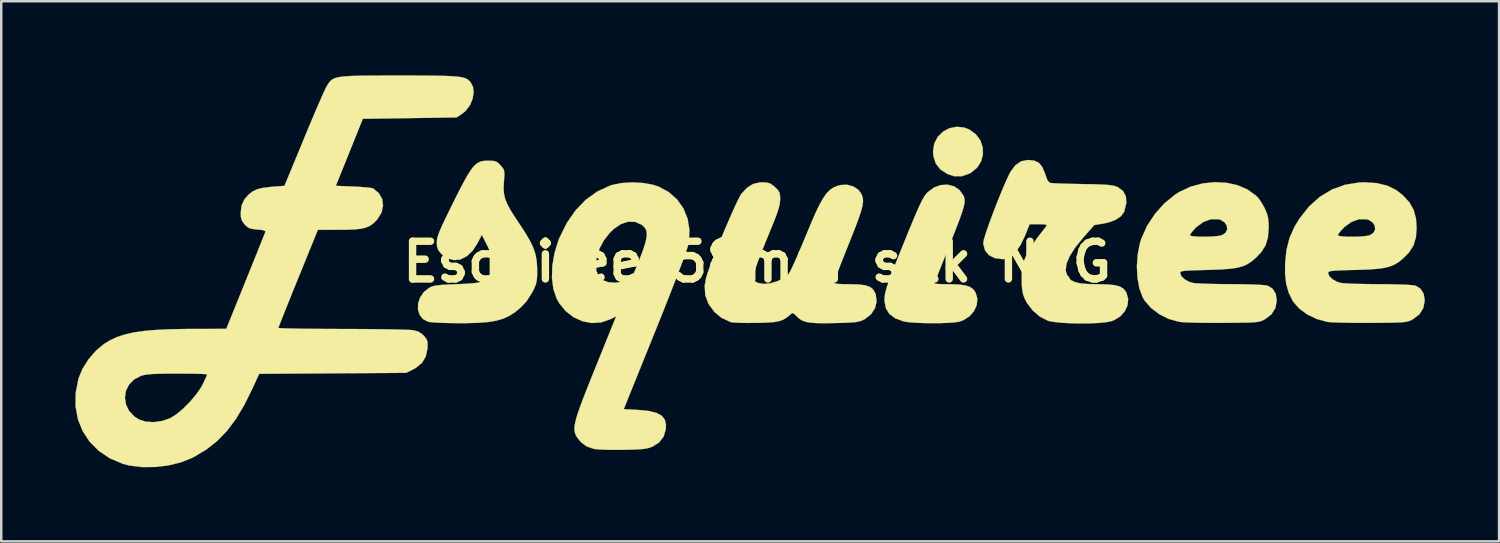
<source format=kicad_pcb>
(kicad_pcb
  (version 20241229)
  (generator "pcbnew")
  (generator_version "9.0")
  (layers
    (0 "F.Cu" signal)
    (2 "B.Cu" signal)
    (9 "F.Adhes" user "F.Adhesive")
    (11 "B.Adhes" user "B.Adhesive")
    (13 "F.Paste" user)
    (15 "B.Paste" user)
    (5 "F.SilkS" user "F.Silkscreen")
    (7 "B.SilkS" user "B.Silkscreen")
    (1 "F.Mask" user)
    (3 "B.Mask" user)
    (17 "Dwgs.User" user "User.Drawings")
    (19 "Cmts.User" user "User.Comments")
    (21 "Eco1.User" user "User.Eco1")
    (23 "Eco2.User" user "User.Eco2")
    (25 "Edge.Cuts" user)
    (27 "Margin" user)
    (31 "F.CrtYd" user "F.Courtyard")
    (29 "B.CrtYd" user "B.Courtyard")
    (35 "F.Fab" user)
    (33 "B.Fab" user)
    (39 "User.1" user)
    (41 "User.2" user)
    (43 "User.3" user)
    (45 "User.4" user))
  (footprint "Esquiree 58mm silk NEG"
    (layer "F.Cu")
    (at 27.567 7.54)
    (property "Reference" "Esquiree 58mm silk NEG" (at 0 0 0) (layer "F.SilkS") (effects (font (size 1.524 1.524) (thickness 0.3))))
    (attr through_hole)
    (fp_poly (pts (xy 8.369 -5.433) (xy 8.579 -5.352) (xy 8.844 -5.16) (xy 9.025 -4.915) (xy 9.12 -4.638) (xy 9.131 -4.348) (xy 9.057 -4.067) (xy 8.897 -3.814) (xy 8.653 -3.61) (xy 8.581 -3.57) (xy 8.269 -3.463) (xy 7.964 -3.465) (xy 7.705 -3.55) (xy 7.416 -3.733) (xy 7.224 -3.974) (xy 7.127 -4.277) (xy 7.112 -4.477) (xy 7.163 -4.789) (xy 7.302 -5.056) (xy 7.511 -5.264) (xy 7.771 -5.404) (xy 8.063 -5.464) (xy 8.369 -5.433)) (stroke (width 0.01) (type solid)) (fill yes) (layer "F.SilkS"))
    (fp_poly (pts (xy 7.962 -3.054) (xy 8.183 -2.905) (xy 8.343 -2.678) (xy 8.356 -2.648) (xy 8.381 -2.57) (xy 8.392 -2.482) (xy 8.383 -2.373) (xy 8.353 -2.23) (xy 8.297 -2.042) (xy 8.213 -1.797) (xy 8.095 -1.484) (xy 7.942 -1.091) (xy 7.75 -0.606) (xy 7.731 -0.56) (xy 7.582 -0.186) (xy 7.448 0.152) (xy 7.334 0.441) (xy 7.246 0.667) (xy 7.189 0.817) (xy 7.168 0.875) (xy 7.168 0.875) (xy 7.221 0.887) (xy 7.363 0.896) (xy 7.572 0.902) (xy 7.763 0.903) (xy 8.131 0.913) (xy 8.405 0.947) (xy 8.602 1.011) (xy 8.741 1.11) (xy 8.835 1.245) (xy 8.905 1.494) (xy 8.879 1.75) (xy 8.766 1.994) (xy 8.58 2.205) (xy 8.332 2.361) (xy 8.166 2.419) (xy 7.987 2.446) (xy 7.725 2.465) (xy 7.406 2.476) (xy 7.058 2.478) (xy 6.708 2.473) (xy 6.386 2.459) (xy 6.118 2.438) (xy 5.932 2.409) (xy 5.918 2.405) (xy 5.582 2.279) (xy 5.346 2.105) (xy 5.204 1.875) (xy 5.149 1.583) (xy 5.152 1.439) (xy 5.165 1.328) (xy 5.194 1.192) (xy 5.243 1.022) (xy 5.315 0.805) (xy 5.416 0.53) (xy 5.55 0.185) (xy 5.719 -0.241) (xy 5.924 -0.748) (xy 6.128 -1.251) (xy 6.297 -1.659) (xy 6.436 -1.985) (xy 6.549 -2.24) (xy 6.642 -2.435) (xy 6.72 -2.581) (xy 6.789 -2.69) (xy 6.853 -2.773) (xy 6.896 -2.818) (xy 7.148 -3.007) (xy 7.424 -3.107) (xy 7.702 -3.122) (xy 7.962 -3.054)) (stroke (width 0.01) (type solid)) (fill yes) (layer "F.SilkS"))
    (fp_poly (pts (xy -10.69 -4.087) (xy -10.564 -4.06) (xy -10.467 -3.996) (xy -10.374 -3.9) (xy -10.29 -3.801) (xy -10.241 -3.716) (xy -10.222 -3.612) (xy -10.224 -3.458) (xy -10.24 -3.245) (xy -10.253 -2.992) (xy -10.24 -2.773) (xy -10.196 -2.565) (xy -10.11 -2.348) (xy -9.976 -2.099) (xy -9.786 -1.796) (xy -9.629 -1.562) (xy -9.377 -1.178) (xy -9.188 -0.857) (xy -9.054 -0.579) (xy -8.967 -0.319) (xy -8.918 -0.058) (xy -8.897 0.229) (xy -8.896 0.311) (xy -8.897 0.568) (xy -8.912 0.753) (xy -8.949 0.909) (xy -9.018 1.077) (xy -9.075 1.197) (xy -9.32 1.586) (xy -9.552 1.835) (xy -9.783 2.027) (xy -10.014 2.178) (xy -10.26 2.293) (xy -10.54 2.376) (xy -10.87 2.431) (xy -11.268 2.463) (xy -11.751 2.477) (xy -12.079 2.477) (xy -12.424 2.473) (xy -12.741 2.465) (xy -13.009 2.452) (xy -13.206 2.437) (xy -13.303 2.421) (xy -13.514 2.311) (xy -13.651 2.136) (xy -13.716 1.918) (xy -13.709 1.679) (xy -13.63 1.44) (xy -13.481 1.222) (xy -13.265 1.049) (xy -13.176 1.005) (xy -13.068 0.971) (xy -12.922 0.947) (xy -12.718 0.928) (xy -12.437 0.913) (xy -12.133 0.901) (xy -11.721 0.883) (xy -11.406 0.856) (xy -11.17 0.817) (xy -10.997 0.758) (xy -10.871 0.676) (xy -10.775 0.564) (xy -10.708 0.45) (xy -10.645 0.275) (xy -10.637 0.084) (xy -10.689 -0.145) (xy -10.803 -0.431) (xy -10.902 -0.637) (xy -11.133 -1.097) (xy -11.292 -0.784) (xy -11.496 -0.464) (xy -11.732 -0.236) (xy -11.988 -0.104) (xy -12.252 -0.071) (xy -12.513 -0.14) (xy -12.76 -0.314) (xy -12.789 -0.344) (xy -12.897 -0.481) (xy -12.945 -0.627) (xy -12.954 -0.787) (xy -12.948 -0.885) (xy -12.926 -0.995) (xy -12.882 -1.132) (xy -12.811 -1.309) (xy -12.707 -1.541) (xy -12.564 -1.841) (xy -12.377 -2.223) (xy -12.307 -2.365) (xy -12.073 -2.832) (xy -11.878 -3.208) (xy -11.714 -3.501) (xy -11.573 -3.721) (xy -11.446 -3.88) (xy -11.326 -3.986) (xy -11.204 -4.05) (xy -11.071 -4.082) (xy -10.92 -4.092) (xy -10.886 -4.092) (xy -10.69 -4.087)) (stroke (width 0.01) (type solid)) (fill yes) (layer "F.SilkS"))
    (fp_poly (pts (xy 25.055 -3.185) (xy 25.476 -3.083) (xy 25.838 -2.906) (xy 26.105 -2.7) (xy 26.373 -2.409) (xy 26.548 -2.098) (xy 26.642 -1.74) (xy 26.666 -1.383) (xy 26.638 -0.993) (xy 26.541 -0.671) (xy 26.362 -0.387) (xy 26.135 -0.153) (xy 25.966 -0.013) (xy 25.798 0.096) (xy 25.612 0.178) (xy 25.391 0.237) (xy 25.116 0.277) (xy 24.771 0.304) (xy 24.336 0.321) (xy 24.172 0.325) (xy 23.795 0.335) (xy 23.516 0.345) (xy 23.32 0.357) (xy 23.194 0.372) (xy 23.123 0.392) (xy 23.092 0.419) (xy 23.086 0.448) (xy 23.137 0.578) (xy 23.27 0.706) (xy 23.456 0.807) (xy 23.605 0.851) (xy 23.731 0.865) (xy 23.951 0.877) (xy 24.243 0.888) (xy 24.589 0.895) (xy 24.968 0.9) (xy 25.152 0.901) (xy 25.584 0.904) (xy 25.962 0.913) (xy 26.27 0.925) (xy 26.494 0.942) (xy 26.622 0.961) (xy 26.63 0.964) (xy 26.828 1.089) (xy 26.953 1.291) (xy 26.994 1.558) (xy 26.994 1.564) (xy 26.938 1.865) (xy 26.781 2.116) (xy 26.526 2.314) (xy 26.447 2.357) (xy 26.372 2.39) (xy 26.284 2.415) (xy 26.17 2.433) (xy 26.013 2.446) (xy 25.8 2.454) (xy 25.515 2.459) (xy 25.143 2.463) (xy 24.807 2.465) (xy 24.394 2.466) (xy 24.003 2.462) (xy 23.653 2.456) (xy 23.363 2.447) (xy 23.151 2.435) (xy 23.052 2.424) (xy 22.627 2.308) (xy 22.24 2.123) (xy 21.914 1.881) (xy 21.671 1.598) (xy 21.645 1.555) (xy 21.488 1.231) (xy 21.391 0.882) (xy 21.347 0.482) (xy 21.349 0.056) (xy 21.405 -0.487) (xy 21.528 -0.969) (xy 21.578 -1.08) (xy 23.481 -1.08) (xy 23.533 -1.05) (xy 23.67 -1.03) (xy 23.867 -1.018) (xy 24.097 -1.016) (xy 24.333 -1.022) (xy 24.548 -1.038) (xy 24.716 -1.063) (xy 24.771 -1.078) (xy 24.923 -1.175) (xy 24.989 -1.312) (xy 24.974 -1.463) (xy 24.884 -1.601) (xy 24.724 -1.701) (xy 24.633 -1.726) (xy 24.335 -1.726) (xy 24.037 -1.621) (xy 23.755 -1.417) (xy 23.721 -1.384) (xy 23.593 -1.246) (xy 23.506 -1.133) (xy 23.481 -1.08) (xy 21.578 -1.08) (xy 21.731 -1.424) (xy 21.924 -1.742) (xy 22.31 -2.234) (xy 22.751 -2.629) (xy 23.241 -2.925) (xy 23.776 -3.12) (xy 24.35 -3.211) (xy 24.558 -3.217) (xy 25.055 -3.185)) (stroke (width 0.01) (type solid)) (fill yes) (layer "F.SilkS"))
    (fp_poly (pts (xy 18.977 -3.199) (xy 19.429 -3.099) (xy 19.834 -2.924) (xy 20.175 -2.676) (xy 20.253 -2.597) (xy 20.35 -2.467) (xy 20.463 -2.281) (xy 20.534 -2.145) (xy 20.616 -1.951) (xy 20.662 -1.767) (xy 20.682 -1.546) (xy 20.684 -1.383) (xy 20.655 -0.992) (xy 20.557 -0.669) (xy 20.377 -0.385) (xy 20.152 -0.153) (xy 19.983 -0.013) (xy 19.815 0.096) (xy 19.629 0.178) (xy 19.408 0.237) (xy 19.133 0.277) (xy 18.788 0.304) (xy 18.353 0.321) (xy 18.189 0.325) (xy 17.812 0.335) (xy 17.533 0.345) (xy 17.337 0.357) (xy 17.211 0.372) (xy 17.14 0.392) (xy 17.109 0.419) (xy 17.103 0.448) (xy 17.153 0.578) (xy 17.287 0.706) (xy 17.473 0.807) (xy 17.622 0.851) (xy 17.748 0.865) (xy 17.968 0.877) (xy 18.26 0.888) (xy 18.606 0.895) (xy 18.985 0.9) (xy 19.169 0.901) (xy 19.601 0.904) (xy 19.978 0.913) (xy 20.286 0.925) (xy 20.511 0.942) (xy 20.638 0.961) (xy 20.647 0.964) (xy 20.845 1.089) (xy 20.97 1.291) (xy 21.011 1.558) (xy 21.011 1.564) (xy 20.955 1.865) (xy 20.798 2.116) (xy 20.543 2.314) (xy 20.464 2.357) (xy 20.388 2.39) (xy 20.301 2.415) (xy 20.187 2.433) (xy 20.03 2.446) (xy 19.817 2.454) (xy 19.532 2.459) (xy 19.16 2.463) (xy 18.824 2.465) (xy 18.41 2.466) (xy 18.017 2.462) (xy 17.665 2.456) (xy 17.372 2.446) (xy 17.158 2.434) (xy 17.057 2.422) (xy 16.645 2.307) (xy 16.26 2.115) (xy 15.928 1.864) (xy 15.671 1.569) (xy 15.588 1.428) (xy 15.456 1.07) (xy 15.378 0.643) (xy 15.355 0.177) (xy 15.388 -0.298) (xy 15.477 -0.752) (xy 15.535 -0.941) (xy 15.598 -1.08) (xy 17.498 -1.08) (xy 17.55 -1.05) (xy 17.687 -1.03) (xy 17.884 -1.018) (xy 18.114 -1.016) (xy 18.35 -1.022) (xy 18.565 -1.038) (xy 18.732 -1.063) (xy 18.788 -1.078) (xy 18.94 -1.175) (xy 19.006 -1.312) (xy 18.991 -1.463) (xy 18.901 -1.601) (xy 18.741 -1.701) (xy 18.65 -1.726) (xy 18.352 -1.726) (xy 18.054 -1.621) (xy 17.772 -1.417) (xy 17.738 -1.384) (xy 17.61 -1.246) (xy 17.523 -1.133) (xy 17.498 -1.08) (xy 15.598 -1.08) (xy 15.768 -1.458) (xy 16.088 -1.943) (xy 16.473 -2.373) (xy 16.906 -2.724) (xy 17.074 -2.829) (xy 17.528 -3.04) (xy 18.009 -3.171) (xy 18.498 -3.224) (xy 18.977 -3.199)) (stroke (width 0.01) (type solid)) (fill yes) (layer "F.SilkS"))
    (fp_poly (pts (xy -4.636 -3.193) (xy -4.238 -3.126) (xy -3.998 -3.05) (xy -3.582 -2.828) (xy -3.242 -2.528) (xy -2.983 -2.165) (xy -2.813 -1.749) (xy -2.738 -1.294) (xy -2.764 -0.811) (xy -2.785 -0.698) (xy -2.824 -0.564) (xy -2.902 -0.335) (xy -3.017 -0.019) (xy -3.165 0.375) (xy -3.343 0.838) (xy -3.546 1.36) (xy -3.773 1.933) (xy -4.019 2.549) (xy -4.133 2.83) (xy -5.395 5.955) (xy -4.792 5.988) (xy -4.384 6.029) (xy -4.078 6.103) (xy -3.864 6.216) (xy -3.737 6.373) (xy -3.687 6.581) (xy -3.694 6.764) (xy -3.782 7.063) (xy -3.963 7.3) (xy -4.228 7.468) (xy -4.343 7.512) (xy -4.47 7.545) (xy -4.631 7.568) (xy -4.847 7.583) (xy -5.139 7.593) (xy -5.419 7.599) (xy -5.753 7.601) (xy -6.068 7.597) (xy -6.337 7.587) (xy -6.533 7.572) (xy -6.604 7.561) (xy -6.896 7.461) (xy -7.129 7.286) (xy -7.273 7.107) (xy -7.333 7.006) (xy -7.373 6.899) (xy -7.39 6.774) (xy -7.381 6.622) (xy -7.343 6.431) (xy -7.275 6.19) (xy -7.172 5.889) (xy -7.034 5.516) (xy -6.856 5.062) (xy -6.636 4.514) (xy -6.634 4.509) (xy -6.459 4.076) (xy -6.293 3.664) (xy -6.142 3.29) (xy -6.011 2.966) (xy -5.908 2.709) (xy -5.836 2.533) (xy -5.81 2.469) (xy -5.702 2.2) (xy -5.934 2.318) (xy -6.302 2.446) (xy -6.683 2.472) (xy -7.059 2.401) (xy -7.415 2.242) (xy -7.733 1.999) (xy -7.997 1.679) (xy -8.108 1.484) (xy -8.24 1.099) (xy -8.298 0.652) (xy -8.283 0.161) (xy -8.27 0.085) (xy -6.527 0.085) (xy -6.502 0.36) (xy -6.406 0.585) (xy -6.248 0.736) (xy -6.018 0.821) (xy -5.736 0.842) (xy -5.445 0.8) (xy -5.276 0.741) (xy -5.185 0.696) (xy -5.113 0.642) (xy -5.049 0.563) (xy -4.981 0.439) (xy -4.899 0.251) (xy -4.79 -0.017) (xy -4.75 -0.119) (xy -4.603 -0.51) (xy -4.508 -0.814) (xy -4.464 -1.049) (xy -4.471 -1.227) (xy -4.526 -1.363) (xy -4.631 -1.473) (xy -4.679 -1.508) (xy -4.94 -1.62) (xy -5.22 -1.626) (xy -5.511 -1.528) (xy -5.803 -1.328) (xy -5.968 -1.167) (xy -6.201 -0.866) (xy -6.374 -0.545) (xy -6.484 -0.223) (xy -6.527 0.085) (xy -8.27 0.085) (xy -8.196 -0.351) (xy -8.038 -0.864) (xy -8.001 -0.96) (xy -7.705 -1.561) (xy -7.347 -2.079) (xy -6.934 -2.509) (xy -6.469 -2.844) (xy -5.959 -3.079) (xy -5.856 -3.113) (xy -5.487 -3.188) (xy -5.066 -3.214) (xy -4.636 -3.193)) (stroke (width 0.01) (type solid)) (fill yes) (layer "F.SilkS"))
    (fp_poly (pts (xy 11.201 -4.095) (xy 11.388 -4.007) (xy 11.527 -3.841) (xy 11.638 -3.582) (xy 11.659 -3.514) (xy 11.73 -3.322) (xy 11.806 -3.221) (xy 11.871 -3.191) (xy 11.963 -3.183) (xy 12.149 -3.173) (xy 12.41 -3.164) (xy 12.728 -3.155) (xy 13.083 -3.148) (xy 13.18 -3.146) (xy 13.589 -3.139) (xy 13.901 -3.129) (xy 14.135 -3.117) (xy 14.307 -3.1) (xy 14.433 -3.076) (xy 14.531 -3.045) (xy 14.584 -3.022) (xy 14.795 -2.866) (xy 14.91 -2.653) (xy 14.928 -2.383) (xy 14.849 -2.058) (xy 14.835 -2.018) (xy 14.712 -1.847) (xy 14.495 -1.702) (xy 14.2 -1.593) (xy 13.999 -1.55) (xy 13.632 -1.49) (xy 13.2 -1) (xy 12.87 -0.594) (xy 12.64 -0.237) (xy 12.508 0.074) (xy 12.476 0.341) (xy 12.541 0.566) (xy 12.59 0.64) (xy 12.697 0.742) (xy 12.846 0.816) (xy 13.052 0.865) (xy 13.333 0.892) (xy 13.707 0.903) (xy 13.788 0.903) (xy 14.165 0.911) (xy 14.447 0.939) (xy 14.652 0.991) (xy 14.797 1.073) (xy 14.899 1.189) (xy 14.931 1.245) (xy 15.003 1.497) (xy 14.977 1.756) (xy 14.864 2.001) (xy 14.675 2.21) (xy 14.422 2.362) (xy 14.321 2.398) (xy 14.113 2.439) (xy 13.821 2.468) (xy 13.474 2.484) (xy 13.096 2.489) (xy 12.716 2.482) (xy 12.358 2.464) (xy 12.049 2.435) (xy 11.816 2.395) (xy 11.75 2.376) (xy 11.43 2.212) (xy 11.14 1.962) (xy 10.906 1.653) (xy 10.827 1.501) (xy 10.761 1.331) (xy 10.721 1.156) (xy 10.702 0.939) (xy 10.697 0.677) (xy 10.7 0.412) (xy 10.716 0.219) (xy 10.753 0.057) (xy 10.818 -0.112) (xy 10.88 -0.247) (xy 11.011 -0.492) (xy 11.18 -0.764) (xy 11.351 -1.005) (xy 11.354 -1.009) (xy 11.495 -1.19) (xy 11.613 -1.342) (xy 11.688 -1.439) (xy 11.699 -1.453) (xy 11.705 -1.492) (xy 11.636 -1.514) (xy 11.477 -1.523) (xy 11.387 -1.524) (xy 11.019 -1.524) (xy 10.833 -1.063) (xy 10.645 -0.673) (xy 10.435 -0.38) (xy 10.413 -0.357) (xy 10.27 -0.218) (xy 10.156 -0.144) (xy 10.029 -0.116) (xy 9.913 -0.113) (xy 9.605 -0.155) (xy 9.369 -0.274) (xy 9.214 -0.465) (xy 9.146 -0.72) (xy 9.144 -0.78) (xy 9.165 -0.893) (xy 9.224 -1.092) (xy 9.313 -1.358) (xy 9.425 -1.672) (xy 9.554 -2.016) (xy 9.692 -2.373) (xy 9.833 -2.723) (xy 9.968 -3.048) (xy 10.092 -3.33) (xy 10.196 -3.551) (xy 10.25 -3.651) (xy 10.446 -3.912) (xy 10.673 -4.067) (xy 10.938 -4.12) (xy 10.949 -4.12) (xy 11.201 -4.095)) (stroke (width 0.01) (type solid)) (fill yes) (layer "F.SilkS"))
    (fp_poly (pts (xy 0.402 -3.207) (xy 0.539 -3.164) (xy 0.672 -3.067) (xy 0.72 -3.024) (xy 0.846 -2.898) (xy 0.908 -2.788) (xy 0.929 -2.642) (xy 0.93 -2.53) (xy 0.92 -2.393) (xy 0.889 -2.236) (xy 0.831 -2.039) (xy 0.739 -1.786) (xy 0.608 -1.456) (xy 0.543 -1.298) (xy 0.332 -0.785) (xy 0.163 -0.364) (xy 0.034 -0.028) (xy -0.058 0.236) (xy -0.115 0.437) (xy -0.14 0.584) (xy -0.134 0.69) (xy -0.101 0.762) (xy -0.042 0.813) (xy 0.04 0.852) (xy 0.044 0.854) (xy 0.274 0.892) (xy 0.548 0.862) (xy 0.831 0.777) (xy 1.084 0.648) (xy 1.272 0.486) (xy 1.294 0.457) (xy 1.35 0.358) (xy 1.44 0.169) (xy 1.558 -0.092) (xy 1.696 -0.408) (xy 1.847 -0.765) (xy 1.98 -1.085) (xy 2.191 -1.592) (xy 2.371 -2.003) (xy 2.53 -2.33) (xy 2.672 -2.583) (xy 2.808 -2.773) (xy 2.943 -2.91) (xy 3.085 -3.006) (xy 3.242 -3.072) (xy 3.381 -3.109) (xy 3.638 -3.12) (xy 3.887 -3.05) (xy 4.094 -2.913) (xy 4.201 -2.774) (xy 4.249 -2.666) (xy 4.276 -2.555) (xy 4.28 -2.426) (xy 4.258 -2.268) (xy 4.207 -2.067) (xy 4.123 -1.81) (xy 4.003 -1.484) (xy 3.844 -1.078) (xy 3.697 -0.709) (xy 3.543 -0.325) (xy 3.404 0.027) (xy 3.286 0.333) (xy 3.193 0.578) (xy 3.13 0.748) (xy 3.105 0.83) (xy 3.104 0.833) (xy 3.138 0.866) (xy 3.248 0.888) (xy 3.446 0.9) (xy 3.739 0.903) (xy 4.101 0.913) (xy 4.367 0.946) (xy 4.557 1.01) (xy 4.686 1.11) (xy 4.771 1.254) (xy 4.795 1.318) (xy 4.831 1.597) (xy 4.766 1.868) (xy 4.608 2.112) (xy 4.368 2.305) (xy 4.328 2.327) (xy 4.229 2.374) (xy 4.122 2.408) (xy 3.988 2.433) (xy 3.805 2.45) (xy 3.553 2.462) (xy 3.212 2.472) (xy 3.137 2.473) (xy 2.712 2.48) (xy 2.382 2.474) (xy 2.131 2.454) (xy 1.941 2.416) (xy 1.795 2.358) (xy 1.676 2.275) (xy 1.6 2.202) (xy 1.497 2.099) (xy 1.431 2.07) (xy 1.365 2.107) (xy 1.328 2.14) (xy 1.192 2.253) (xy 1.055 2.336) (xy 0.895 2.394) (xy 0.692 2.431) (xy 0.426 2.453) (xy 0.074 2.464) (xy -0.056 2.466) (xy -0.37 2.468) (xy -0.654 2.464) (xy -0.883 2.454) (xy -1.034 2.441) (xy -1.073 2.433) (xy -1.451 2.255) (xy -1.729 2.023) (xy -1.968 1.699) (xy -2.099 1.349) (xy -2.121 0.967) (xy -2.066 0.647) (xy -2.01 0.466) (xy -1.919 0.21) (xy -1.8 -0.103) (xy -1.66 -0.459) (xy -1.505 -0.838) (xy -1.344 -1.225) (xy -1.182 -1.603) (xy -1.028 -1.956) (xy -0.888 -2.265) (xy -0.769 -2.515) (xy -0.678 -2.689) (xy -0.634 -2.759) (xy -0.403 -3.002) (xy -0.169 -3.149) (xy 0.091 -3.212) (xy 0.207 -3.217) (xy 0.402 -3.207)) (stroke (width 0.01) (type solid)) (fill yes) (layer "F.SilkS"))
    (fp_poly (pts (xy -13.86 -7.535) (xy -13.344 -7.533) (xy -12.92 -7.528) (xy -12.578 -7.52) (xy -12.307 -7.507) (xy -12.098 -7.489) (xy -11.939 -7.465) (xy -11.821 -7.433) (xy -11.733 -7.394) (xy -11.664 -7.345) (xy -11.604 -7.287) (xy -11.599 -7.281) (xy -11.492 -7.085) (xy -11.465 -6.842) (xy -11.51 -6.58) (xy -11.621 -6.325) (xy -11.792 -6.103) (xy -11.926 -5.993) (xy -12.155 -5.842) (xy -14.05 -5.814) (xy -15.946 -5.786) (xy -16.491 -4.431) (xy -17.037 -3.076) (xy -16.322 -3.047) (xy -16.043 -3.032) (xy -15.801 -3.013) (xy -15.62 -2.991) (xy -15.525 -2.97) (xy -15.522 -2.968) (xy -15.297 -2.778) (xy -15.164 -2.54) (xy -15.128 -2.274) (xy -15.189 -1.998) (xy -15.352 -1.732) (xy -15.369 -1.711) (xy -15.508 -1.568) (xy -15.651 -1.462) (xy -15.817 -1.388) (xy -16.025 -1.34) (xy -16.297 -1.312) (xy -16.651 -1.301) (xy -16.883 -1.299) (xy -17.763 -1.298) (xy -18.562 0.667) (xy -18.742 1.11) (xy -18.907 1.521) (xy -19.054 1.887) (xy -19.178 2.196) (xy -19.273 2.437) (xy -19.335 2.599) (xy -19.36 2.669) (xy -19.36 2.67) (xy -19.306 2.678) (xy -19.15 2.686) (xy -18.903 2.693) (xy -18.577 2.699) (xy -18.182 2.705) (xy -17.731 2.709) (xy -17.233 2.711) (xy -16.778 2.713) (xy -16.238 2.714) (xy -15.724 2.718) (xy -15.249 2.723) (xy -14.826 2.729) (xy -14.467 2.737) (xy -14.185 2.745) (xy -13.994 2.754) (xy -13.917 2.762) (xy -13.695 2.822) (xy -13.529 2.934) (xy -13.473 2.992) (xy -13.379 3.11) (xy -13.334 3.218) (xy -13.324 3.363) (xy -13.332 3.502) (xy -13.399 3.824) (xy -13.554 4.083) (xy -13.805 4.288) (xy -13.926 4.355) (xy -14.196 4.487) (xy -17.166 4.506) (xy -20.137 4.526) (xy -20.412 5.127) (xy -20.742 5.792) (xy -21.081 6.357) (xy -21.441 6.836) (xy -21.833 7.24) (xy -22.268 7.583) (xy -22.759 7.878) (xy -22.851 7.926) (xy -23.304 8.107) (xy -23.818 8.231) (xy -24.36 8.295) (xy -24.896 8.296) (xy -25.396 8.232) (xy -25.655 8.164) (xy -26.179 7.94) (xy -26.628 7.638) (xy -26.995 7.267) (xy -27.277 6.838) (xy -27.467 6.359) (xy -27.562 5.84) (xy -27.558 5.486) (xy -25.566 5.486) (xy -25.525 5.762) (xy -25.4 6.023) (xy -25.19 6.249) (xy -24.993 6.375) (xy -24.714 6.462) (xy -24.384 6.479) (xy -24.038 6.428) (xy -23.729 6.317) (xy -23.488 6.166) (xy -23.219 5.942) (xy -22.948 5.671) (xy -22.7 5.381) (xy -22.501 5.099) (xy -22.423 4.957) (xy -22.334 4.771) (xy -22.269 4.627) (xy -22.24 4.552) (xy -22.239 4.549) (xy -22.293 4.539) (xy -22.443 4.53) (xy -22.673 4.523) (xy -22.968 4.518) (xy -23.309 4.516) (xy -23.443 4.516) (xy -23.877 4.517) (xy -24.215 4.524) (xy -24.472 4.535) (xy -24.666 4.553) (xy -24.811 4.578) (xy -24.908 4.605) (xy -25.195 4.753) (xy -25.4 4.962) (xy -25.524 5.212) (xy -25.566 5.486) (xy -27.558 5.486) (xy -27.556 5.292) (xy -27.444 4.723) (xy -27.441 4.712) (xy -27.281 4.326) (xy -27.039 3.941) (xy -26.74 3.594) (xy -26.411 3.318) (xy -26.158 3.165) (xy -25.88 3.037) (xy -25.567 2.934) (xy -25.205 2.853) (xy -24.784 2.792) (xy -24.29 2.75) (xy -23.714 2.723) (xy -23.042 2.711) (xy -22.714 2.71) (xy -21.467 2.709) (xy -20.697 0.804) (xy -20.52 0.365) (xy -20.355 -0.044) (xy -20.208 -0.409) (xy -20.083 -0.72) (xy -19.986 -0.962) (xy -19.922 -1.124) (xy -19.895 -1.192) (xy -19.894 -1.245) (xy -19.951 -1.277) (xy -20.087 -1.299) (xy -20.212 -1.31) (xy -20.418 -1.332) (xy -20.553 -1.372) (xy -20.658 -1.446) (xy -20.724 -1.515) (xy -20.828 -1.657) (xy -20.875 -1.807) (xy -20.884 -1.979) (xy -20.849 -2.281) (xy -20.733 -2.529) (xy -20.565 -2.72) (xy -20.41 -2.844) (xy -20.234 -2.93) (xy -20.01 -2.989) (xy -19.71 -3.028) (xy -19.589 -3.039) (xy -19.113 -3.076) (xy -18.337 -4.955) (xy -18.153 -5.4) (xy -17.976 -5.82) (xy -17.813 -6.204) (xy -17.669 -6.535) (xy -17.551 -6.802) (xy -17.464 -6.99) (xy -17.419 -7.079) (xy -17.356 -7.184) (xy -17.296 -7.272) (xy -17.227 -7.344) (xy -17.139 -7.401) (xy -17.022 -7.446) (xy -16.866 -7.479) (xy -16.659 -7.503) (xy -16.393 -7.519) (xy -16.056 -7.529) (xy -15.637 -7.533) (xy -15.127 -7.535) (xy -14.516 -7.535) (xy -14.478 -7.535) (xy -13.86 -7.535)) (stroke (width 0.01) (type solid)) (fill yes) (layer "F.SilkS")))
  (gr_rect
    (start -3 -3)
    (end 57.567 18.841)
    (stroke (width 0.1) (type default))
    (fill no)
    (layer "Edge.Cuts")))
</source>
